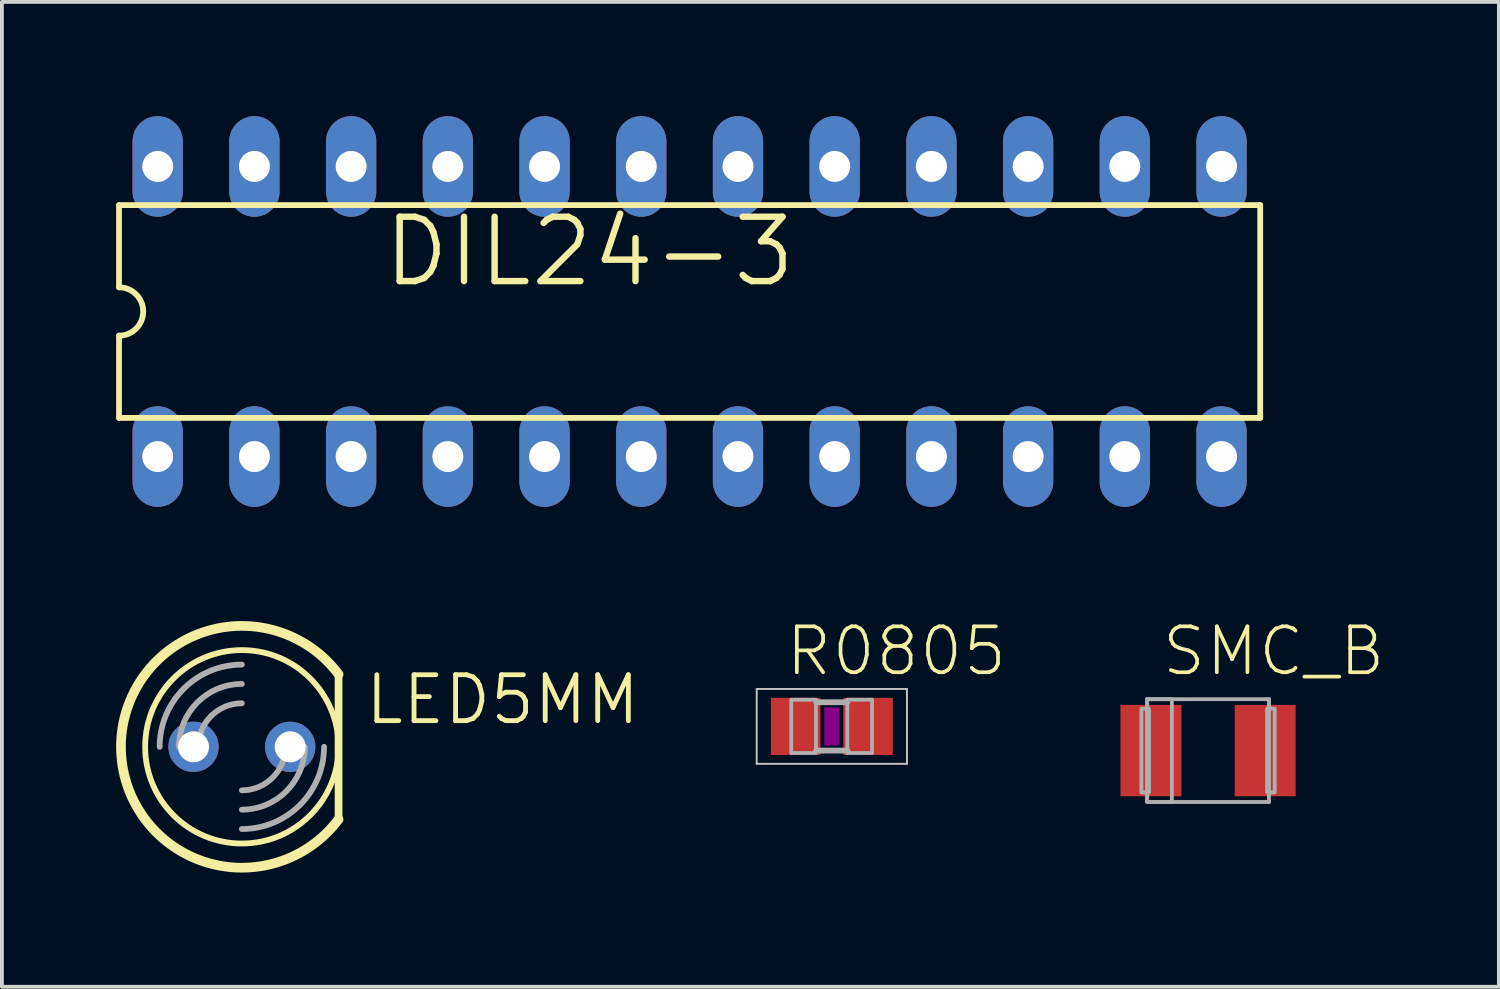
<source format=kicad_pcb>
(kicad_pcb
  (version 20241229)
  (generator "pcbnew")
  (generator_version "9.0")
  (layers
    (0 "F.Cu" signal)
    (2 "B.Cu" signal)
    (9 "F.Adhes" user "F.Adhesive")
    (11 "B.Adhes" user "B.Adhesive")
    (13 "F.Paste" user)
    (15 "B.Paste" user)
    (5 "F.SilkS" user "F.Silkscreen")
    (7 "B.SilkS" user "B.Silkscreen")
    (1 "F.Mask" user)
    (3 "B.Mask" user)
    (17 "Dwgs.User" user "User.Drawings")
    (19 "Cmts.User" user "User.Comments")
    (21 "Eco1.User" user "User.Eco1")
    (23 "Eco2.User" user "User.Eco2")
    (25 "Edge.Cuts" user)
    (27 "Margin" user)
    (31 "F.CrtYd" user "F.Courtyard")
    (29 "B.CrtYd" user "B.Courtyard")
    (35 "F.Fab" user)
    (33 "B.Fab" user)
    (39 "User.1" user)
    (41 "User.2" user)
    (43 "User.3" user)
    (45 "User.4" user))
  (footprint "SMC_B"
    (layer "F.Cu")
    (at 28.678 16.663)
    (property "Reference" "SMC_B" (at -1.27 -1.905 0) (layer "F.SilkS") (effects (font (size 1.206 1.206) (thickness 0.097)) (justify left bottom)))
    (attr through_hole)
    (fp_line (start -1.6 -1.35) (end 1.6 -1.35) (stroke (width 0.102) (type solid)) (layer "F.Fab"))
    (fp_line (start -1.6 1.35) (end -1.6 -1.35) (stroke (width 0.102) (type solid)) (layer "F.Fab"))
    (fp_line (start 1.6 -1.35) (end 1.6 1.35) (stroke (width 0.102) (type solid)) (layer "F.Fab"))
    (fp_line (start 1.6 1.35) (end -1.6 1.35) (stroke (width 0.102) (type solid)) (layer "F.Fab"))
    (fp_poly (pts (xy -1.75 1.1) (xy -1.55 1.1) (xy -1.55 -1.1) (xy -1.75 -1.1)) (stroke (width 0.1) (type solid)) (fill no) (layer "F.Fab"))
    (fp_poly (pts (xy -1.6 1.35) (xy -0.95 1.35) (xy -0.95 -1.35) (xy -1.6 -1.35)) (stroke (width 0.1) (type solid)) (fill no) (layer "F.Fab"))
    (fp_poly (pts (xy 1.75 -1.1) (xy 1.55 -1.1) (xy 1.55 1.1) (xy 1.75 1.1)) (stroke (width 0.1) (type solid)) (fill no) (layer "F.Fab"))
    (pad "+" smd rect (at -1.5 0) (size 1.6 2.4) (layers "F.Cu" "F.Mask" "F.Paste"))
    (pad "-" smd rect (at 1.5 0 180) (size 1.6 2.4) (layers "F.Cu" "F.Mask" "F.Paste")))
  (footprint "DIL24-3"
    (layer "F.Cu")
    (at 15.062 5.131)
    (property "Reference" "DIL24-3" (at -8.128 -0.584 0) (layer "F.SilkS") (effects (font (size 1.689 1.689) (thickness 0.169)) (justify left bottom)))
    (attr through_hole)
    (fp_line (start -14.986 -2.794) (end -14.986 -0.635) (stroke (width 0.152) (type solid)) (layer "F.SilkS"))
    (fp_line (start -14.986 -2.794) (end 14.986 -2.794) (stroke (width 0.152) (type solid)) (layer "F.SilkS"))
    (fp_line (start -14.986 0.635) (end -14.986 2.794) (stroke (width 0.152) (type solid)) (layer "F.SilkS"))
    (fp_line (start -14.986 2.794) (end 14.986 2.794) (stroke (width 0.152) (type solid)) (layer "F.SilkS"))
    (fp_line (start 14.986 2.794) (end 14.986 -2.794) (stroke (width 0.152) (type solid)) (layer "F.SilkS"))
    (fp_arc (start -14.986 -0.635) (mid -14.351 0) (end -14.986 0.635) (stroke (width 0.1524) (type solid)) (layer "F.SilkS"))
    (pad "1" thru_hole oval (at -13.97 3.81 90) (size 2.642 1.321) (drill 0.813) (layers "*.Cu" "*.Mask"))
    (pad "2" thru_hole oval (at -11.43 3.81 90) (size 2.642 1.321) (drill 0.813) (layers "*.Cu" "*.Mask"))
    (pad "3" thru_hole oval (at -8.89 3.81 90) (size 2.642 1.321) (drill 0.813) (layers "*.Cu" "*.Mask"))
    (pad "4" thru_hole oval (at -6.35 3.81 90) (size 2.642 1.321) (drill 0.813) (layers "*.Cu" "*.Mask"))
    (pad "5" thru_hole oval (at -3.81 3.81 90) (size 2.642 1.321) (drill 0.813) (layers "*.Cu" "*.Mask"))
    (pad "6" thru_hole oval (at -1.27 3.81 90) (size 2.642 1.321) (drill 0.813) (layers "*.Cu" "*.Mask"))
    (pad "7" thru_hole oval (at 1.27 3.81 90) (size 2.642 1.321) (drill 0.813) (layers "*.Cu" "*.Mask"))
    (pad "8" thru_hole oval (at 3.81 3.81 90) (size 2.642 1.321) (drill 0.813) (layers "*.Cu" "*.Mask"))
    (pad "9" thru_hole oval (at 6.35 3.81 90) (size 2.642 1.321) (drill 0.813) (layers "*.Cu" "*.Mask"))
    (pad "10" thru_hole oval (at 8.89 3.81 90) (size 2.642 1.321) (drill 0.813) (layers "*.Cu" "*.Mask"))
    (pad "11" thru_hole oval (at 11.43 3.81 90) (size 2.642 1.321) (drill 0.813) (layers "*.Cu" "*.Mask"))
    (pad "12" thru_hole oval (at 13.97 3.81 90) (size 2.642 1.321) (drill 0.813) (layers "*.Cu" "*.Mask"))
    (pad "13" thru_hole oval (at 13.97 -3.81 90) (size 2.642 1.321) (drill 0.813) (layers "*.Cu" "*.Mask"))
    (pad "14" thru_hole oval (at 11.43 -3.81 90) (size 2.642 1.321) (drill 0.813) (layers "*.Cu" "*.Mask"))
    (pad "15" thru_hole oval (at 8.89 -3.81 90) (size 2.642 1.321) (drill 0.813) (layers "*.Cu" "*.Mask"))
    (pad "16" thru_hole oval (at 6.35 -3.81 90) (size 2.642 1.321) (drill 0.813) (layers "*.Cu" "*.Mask"))
    (pad "17" thru_hole oval (at 3.81 -3.81 90) (size 2.642 1.321) (drill 0.813) (layers "*.Cu" "*.Mask"))
    (pad "18" thru_hole oval (at 1.27 -3.81 90) (size 2.642 1.321) (drill 0.813) (layers "*.Cu" "*.Mask"))
    (pad "19" thru_hole oval (at -1.27 -3.81 90) (size 2.642 1.321) (drill 0.813) (layers "*.Cu" "*.Mask"))
    (pad "20" thru_hole oval (at -3.81 -3.81 90) (size 2.642 1.321) (drill 0.813) (layers "*.Cu" "*.Mask"))
    (pad "21" thru_hole oval (at -6.35 -3.81 90) (size 2.642 1.321) (drill 0.813) (layers "*.Cu" "*.Mask"))
    (pad "22" thru_hole oval (at -8.89 -3.81 90) (size 2.642 1.321) (drill 0.813) (layers "*.Cu" "*.Mask"))
    (pad "23" thru_hole oval (at -11.43 -3.81 90) (size 2.642 1.321) (drill 0.813) (layers "*.Cu" "*.Mask"))
    (pad "24" thru_hole oval (at -13.97 -3.81 90) (size 2.642 1.321) (drill 0.813) (layers "*.Cu" "*.Mask")))
  (footprint "LED5MM"
    (layer "F.Cu")
    (at 3.302 16.564)
    (property "Reference" "LED5MM" (at 3.175 -0.533 0) (layer "F.SilkS") (effects (font (size 1.206 1.206) (thickness 0.127)) (justify left bottom)))
    (attr through_hole)
    (fp_line (start 2.54 1.905) (end 2.54 -1.905) (stroke (width 0.203) (type solid)) (layer "F.SilkS"))
    (fp_arc (start 2.54 1.905) (mid -3.175 0) (end 2.54 -1.905) (stroke (width 0.254) (type solid)) (layer "F.SilkS"))
    (fp_circle (center 0 0) (end 2.54 0) (stroke (width 0.152) (type solid)) (fill no) (layer "F.SilkS"))
    (fp_arc (start -2.159 0) (mid -1.526644 -1.526644) (end 0 -2.159) (stroke (width 0.1524) (type solid)) (layer "F.Fab"))
    (fp_arc (start -1.651 0) (mid -1.167433 -1.167433) (end 0 -1.651) (stroke (width 0.1524) (type solid)) (layer "F.Fab"))
    (fp_arc (start -1.143 0) (mid -0.808223 -0.808223) (end 0 -1.143) (stroke (width 0.1524) (type solid)) (layer "F.Fab"))
    (fp_arc (start 1.143 0) (mid 0.808223 0.808223) (end 0 1.143) (stroke (width 0.1524) (type solid)) (layer "F.Fab"))
    (fp_arc (start 1.651 0) (mid 1.167433 1.167433) (end 0 1.651) (stroke (width 0.1524) (type solid)) (layer "F.Fab"))
    (fp_arc (start 2.159 0) (mid 1.526644 1.526644) (end 0 2.159) (stroke (width 0.1524) (type solid)) (layer "F.Fab"))
    (pad "A" thru_hole circle (at -1.27 0) (size 1.321 1.321) (drill 0.813) (layers "*.Cu" "*.Mask"))
    (pad "K" thru_hole circle (at 1.27 0) (size 1.321 1.321) (drill 0.813) (layers "*.Cu" "*.Mask")))
  (footprint "R0805"
    (layer "F.Cu")
    (at 18.797 16.028)
    (property "Reference" "R0805" (at -1.27 -1.27 0) (layer "F.SilkS") (effects (font (size 1.206 1.206) (thickness 0.097)) (justify left bottom)))
    (attr through_hole)
    (fp_poly (pts (xy -0.2 0.5) (xy 0.2 0.5) (xy 0.2 -0.5) (xy -0.2 -0.5)) (stroke (width 0) (type solid)) (fill yes) (layer "F.Adhes"))
    (fp_line (start -1.973 -0.983) (end 1.973 -0.983) (stroke (width 0.051) (type solid)) (layer "Dwgs.User"))
    (fp_line (start -1.973 0.983) (end -1.973 -0.983) (stroke (width 0.051) (type solid)) (layer "Dwgs.User"))
    (fp_line (start 1.973 -0.983) (end 1.973 0.983) (stroke (width 0.051) (type solid)) (layer "Dwgs.User"))
    (fp_line (start 1.973 0.983) (end -1.973 0.983) (stroke (width 0.051) (type solid)) (layer "Dwgs.User"))
    (fp_line (start -0.41 -0.635) (end 0.41 -0.635) (stroke (width 0.152) (type solid)) (layer "F.Fab"))
    (fp_line (start -0.41 0.635) (end 0.41 0.635) (stroke (width 0.152) (type solid)) (layer "F.Fab"))
    (fp_poly (pts (xy -1.067 0.699) (xy -0.417 0.699) (xy -0.417 -0.702) (xy -1.067 -0.702)) (stroke (width 0.1) (type solid)) (fill no) (layer "F.Fab"))
    (fp_poly (pts (xy 0.406 0.699) (xy 1.056 0.699) (xy 1.056 -0.702) (xy 0.406 -0.702)) (stroke (width 0.1) (type solid)) (fill no) (layer "F.Fab"))
    (pad "1" smd rect (at -0.95 0) (size 1.3 1.5) (layers "F.Cu" "F.Mask" "F.Paste"))
    (pad "2" smd rect (at 0.95 0) (size 1.3 1.5) (layers "F.Cu" "F.Mask" "F.Paste")))
  (gr_rect
    (start -3 -3)
    (end 36.316 22.866)
    (stroke (width 0.1) (type default))
    (fill no)
    (layer "Edge.Cuts")))
</source>
